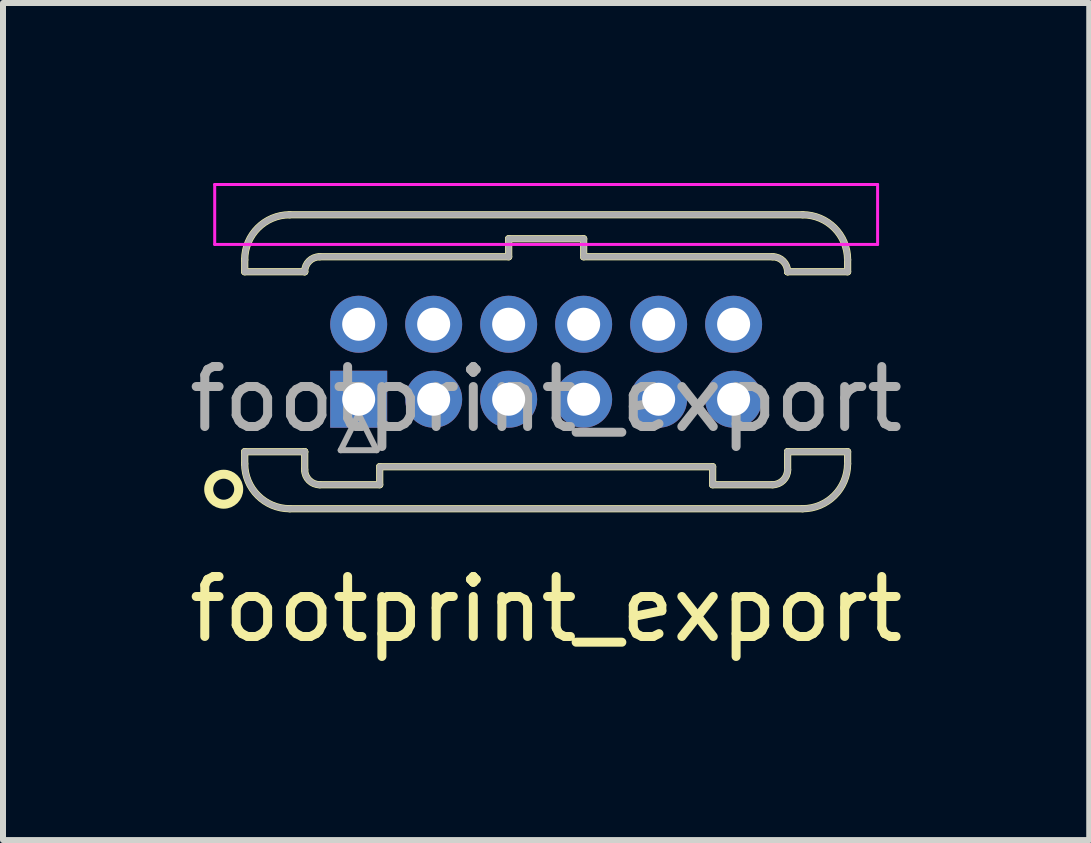
<source format=kicad_pcb>
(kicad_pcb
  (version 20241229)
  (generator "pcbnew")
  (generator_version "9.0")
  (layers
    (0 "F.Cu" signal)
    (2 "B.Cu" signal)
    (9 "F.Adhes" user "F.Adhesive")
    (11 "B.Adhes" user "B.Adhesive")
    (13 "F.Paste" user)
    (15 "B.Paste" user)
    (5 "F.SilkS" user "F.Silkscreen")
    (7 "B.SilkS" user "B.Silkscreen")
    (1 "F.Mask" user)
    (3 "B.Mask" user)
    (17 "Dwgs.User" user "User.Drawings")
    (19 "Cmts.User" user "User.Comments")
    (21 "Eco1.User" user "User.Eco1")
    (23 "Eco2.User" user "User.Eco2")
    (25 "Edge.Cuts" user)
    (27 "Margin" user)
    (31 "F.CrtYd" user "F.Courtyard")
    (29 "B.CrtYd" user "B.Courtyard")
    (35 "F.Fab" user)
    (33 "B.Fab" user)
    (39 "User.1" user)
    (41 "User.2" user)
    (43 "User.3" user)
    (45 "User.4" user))
  (footprint "footprint_export"
    (layer "F.Cu")
    (at 2.929 3.605)
    (property "Reference" "footprint_export" (at 3.125 3.5 0) (layer "F.SilkS") (effects (font (size 1 1) (thickness 0.15))))
    (attr through_hole)
    (fp_line (start -1.9 -2.325) (end -1.9 -2.125) (stroke (width 0.12) (type solid)) (layer "F.SilkS"))
    (fp_line (start -1.9 -2.125) (end -0.9 -2.125) (stroke (width 0.12) (type solid)) (layer "F.SilkS"))
    (fp_line (start -1.9 0.875) (end -0.9 0.875) (stroke (width 0.12) (type solid)) (layer "F.SilkS"))
    (fp_line (start -1.9 1.075) (end -1.9 0.875) (stroke (width 0.12) (type solid)) (layer "F.SilkS"))
    (fp_line (start -1.15 -3.075) (end 7.4 -3.075) (stroke (width 0.12) (type solid)) (layer "F.SilkS"))
    (fp_line (start -1.15 1.825) (end 7.4 1.825) (stroke (width 0.12) (type solid)) (layer "F.SilkS"))
    (fp_line (start -0.9 -2.125) (end -0.9 -2.125) (stroke (width 0.12) (type solid)) (layer "F.SilkS"))
    (fp_line (start -0.9 0.875) (end -0.9 0.875) (stroke (width 0.12) (type solid)) (layer "F.SilkS"))
    (fp_line (start -0.9 1.175) (end -0.9 0.875) (stroke (width 0.12) (type solid)) (layer "F.SilkS"))
    (fp_line (start -0.65 -2.375) (end 2.5 -2.375) (stroke (width 0.12) (type solid)) (layer "F.SilkS"))
    (fp_line (start -0.65 1.425) (end 0.35 1.425) (stroke (width 0.12) (type solid)) (layer "F.SilkS"))
    (fp_line (start 0.35 1.125) (end 5.9 1.125) (stroke (width 0.12) (type solid)) (layer "F.SilkS"))
    (fp_line (start 0.35 1.425) (end 0.35 1.125) (stroke (width 0.12) (type solid)) (layer "F.SilkS"))
    (fp_line (start 2.5 -2.675) (end 3.75 -2.675) (stroke (width 0.12) (type solid)) (layer "F.SilkS"))
    (fp_line (start 2.5 -2.375) (end 2.5 -2.675) (stroke (width 0.12) (type solid)) (layer "F.SilkS"))
    (fp_line (start 3.75 -2.675) (end 3.75 -2.375) (stroke (width 0.12) (type solid)) (layer "F.SilkS"))
    (fp_line (start 3.75 -2.375) (end 6.9 -2.375) (stroke (width 0.12) (type solid)) (layer "F.SilkS"))
    (fp_line (start 5.9 1.125) (end 5.9 1.425) (stroke (width 0.12) (type solid)) (layer "F.SilkS"))
    (fp_line (start 5.9 1.425) (end 6.9 1.425) (stroke (width 0.12) (type solid)) (layer "F.SilkS"))
    (fp_line (start 7.15 -2.125) (end 7.15 -2.125) (stroke (width 0.12) (type solid)) (layer "F.SilkS"))
    (fp_line (start 7.15 0.875) (end 7.15 0.875) (stroke (width 0.12) (type solid)) (layer "F.SilkS"))
    (fp_line (start 7.15 1.175) (end 7.15 0.875) (stroke (width 0.12) (type solid)) (layer "F.SilkS"))
    (fp_line (start 8.15 -2.325) (end 8.15 -2.125) (stroke (width 0.12) (type solid)) (layer "F.SilkS"))
    (fp_line (start 8.15 -2.125) (end 7.15 -2.125) (stroke (width 0.12) (type solid)) (layer "F.SilkS"))
    (fp_line (start 8.15 0.875) (end 7.15 0.875) (stroke (width 0.12) (type solid)) (layer "F.SilkS"))
    (fp_line (start 8.15 1.075) (end 8.15 0.875) (stroke (width 0.12) (type solid)) (layer "F.SilkS"))
    (fp_arc (start -1.9 -2.325) (mid -1.68033 -2.85533) (end -1.15 -3.075) (stroke (width 0.12) (type solid)) (layer "F.SilkS"))
    (fp_arc (start -1.15 1.825) (mid -1.68033 1.60533) (end -1.9 1.075) (stroke (width 0.12) (type solid)) (layer "F.SilkS"))
    (fp_arc (start -0.9 -2.125) (mid -0.826777 -2.301777) (end -0.65 -2.375) (stroke (width 0.12) (type solid)) (layer "F.SilkS"))
    (fp_arc (start -0.65 1.425) (mid -0.826777 1.351777) (end -0.9 1.175) (stroke (width 0.12) (type solid)) (layer "F.SilkS"))
    (fp_arc (start 6.9 -2.375) (mid 7.076777 -2.301777) (end 7.15 -2.125) (stroke (width 0.12) (type solid)) (layer "F.SilkS"))
    (fp_arc (start 7.15 1.175) (mid 7.076777 1.351777) (end 6.9 1.425) (stroke (width 0.12) (type solid)) (layer "F.SilkS"))
    (fp_arc (start 7.4 -3.075) (mid 7.93033 -2.85533) (end 8.15 -2.325) (stroke (width 0.12) (type solid)) (layer "F.SilkS"))
    (fp_arc (start 8.15 1.075) (mid 7.93033 1.60533) (end 7.4 1.825) (stroke (width 0.12) (type solid)) (layer "F.SilkS"))
    (fp_circle (center -2.25 1.5) (end -2 1.5) (stroke (width 0.15) (type solid)) (fill no) (layer "F.SilkS"))
    (fp_line (start -2.4 -3.58) (end -2.4 -2.58) (stroke (width 0.05) (type solid)) (layer "F.CrtYd"))
    (fp_line (start -2.4 -2.58) (end 8.65 -2.58) (stroke (width 0.05) (type solid)) (layer "F.CrtYd"))
    (fp_line (start 8.65 -3.58) (end -2.4 -3.58) (stroke (width 0.05) (type solid)) (layer "F.CrtYd"))
    (fp_line (start 8.65 -2.58) (end 8.65 -3.58) (stroke (width 0.05) (type solid)) (layer "F.CrtYd"))
    (fp_line (start -1.9 -2.325) (end -1.9 -2.125) (stroke (width 0.1) (type solid)) (layer "F.Fab"))
    (fp_line (start -1.9 -2.125) (end -0.9 -2.125) (stroke (width 0.1) (type solid)) (layer "F.Fab"))
    (fp_line (start -1.9 0.875) (end -0.9 0.875) (stroke (width 0.1) (type solid)) (layer "F.Fab"))
    (fp_line (start -1.9 1.075) (end -1.9 0.875) (stroke (width 0.1) (type solid)) (layer "F.Fab"))
    (fp_line (start -1.15 -3.075) (end 7.4 -3.075) (stroke (width 0.1) (type solid)) (layer "F.Fab"))
    (fp_line (start -1.15 1.825) (end 7.4 1.825) (stroke (width 0.1) (type solid)) (layer "F.Fab"))
    (fp_line (start -0.9 -2.125) (end -0.9 -2.125) (stroke (width 0.1) (type solid)) (layer "F.Fab"))
    (fp_line (start -0.9 0.875) (end -0.9 0.875) (stroke (width 0.1) (type solid)) (layer "F.Fab"))
    (fp_line (start -0.9 1.175) (end -0.9 0.875) (stroke (width 0.1) (type solid)) (layer "F.Fab"))
    (fp_line (start -0.65 -2.375) (end 2.5 -2.375) (stroke (width 0.1) (type solid)) (layer "F.Fab"))
    (fp_line (start -0.65 1.425) (end 0.35 1.425) (stroke (width 0.1) (type solid)) (layer "F.Fab"))
    (fp_line (start -0.3 0.85) (end 0.3 0.85) (stroke (width 0.1) (type solid)) (layer "F.Fab"))
    (fp_line (start 0 0.25) (end -0.3 0.85) (stroke (width 0.1) (type solid)) (layer "F.Fab"))
    (fp_line (start 0.3 0.85) (end 0 0.25) (stroke (width 0.1) (type solid)) (layer "F.Fab"))
    (fp_line (start 0.35 1.125) (end 5.9 1.125) (stroke (width 0.1) (type solid)) (layer "F.Fab"))
    (fp_line (start 0.35 1.425) (end 0.35 1.125) (stroke (width 0.1) (type solid)) (layer "F.Fab"))
    (fp_line (start 2.5 -2.675) (end 3.75 -2.675) (stroke (width 0.1) (type solid)) (layer "F.Fab"))
    (fp_line (start 2.5 -2.375) (end 2.5 -2.675) (stroke (width 0.1) (type solid)) (layer "F.Fab"))
    (fp_line (start 3.75 -2.675) (end 3.75 -2.375) (stroke (width 0.1) (type solid)) (layer "F.Fab"))
    (fp_line (start 3.75 -2.375) (end 6.9 -2.375) (stroke (width 0.1) (type solid)) (layer "F.Fab"))
    (fp_line (start 5.9 1.125) (end 5.9 1.425) (stroke (width 0.1) (type solid)) (layer "F.Fab"))
    (fp_line (start 5.9 1.425) (end 6.9 1.425) (stroke (width 0.1) (type solid)) (layer "F.Fab"))
    (fp_line (start 7.15 -2.125) (end 7.15 -2.125) (stroke (width 0.1) (type solid)) (layer "F.Fab"))
    (fp_line (start 7.15 0.875) (end 7.15 0.875) (stroke (width 0.1) (type solid)) (layer "F.Fab"))
    (fp_line (start 7.15 1.175) (end 7.15 0.875) (stroke (width 0.1) (type solid)) (layer "F.Fab"))
    (fp_line (start 8.15 -2.325) (end 8.15 -2.125) (stroke (width 0.1) (type solid)) (layer "F.Fab"))
    (fp_line (start 8.15 -2.125) (end 7.15 -2.125) (stroke (width 0.1) (type solid)) (layer "F.Fab"))
    (fp_line (start 8.15 0.875) (end 7.15 0.875) (stroke (width 0.1) (type solid)) (layer "F.Fab"))
    (fp_line (start 8.15 1.075) (end 8.15 0.875) (stroke (width 0.1) (type solid)) (layer "F.Fab"))
    (fp_arc (start -1.9 -2.325) (mid -1.68033 -2.85533) (end -1.15 -3.075) (stroke (width 0.1) (type solid)) (layer "F.Fab"))
    (fp_arc (start -1.15 1.825) (mid -1.68033 1.60533) (end -1.9 1.075) (stroke (width 0.1) (type solid)) (layer "F.Fab"))
    (fp_arc (start -0.9 -2.125) (mid -0.826777 -2.301777) (end -0.65 -2.375) (stroke (width 0.1) (type solid)) (layer "F.Fab"))
    (fp_arc (start -0.65 1.425) (mid -0.826777 1.351777) (end -0.9 1.175) (stroke (width 0.1) (type solid)) (layer "F.Fab"))
    (fp_arc (start 6.9 -2.375) (mid 7.076777 -2.301777) (end 7.15 -2.125) (stroke (width 0.1) (type solid)) (layer "F.Fab"))
    (fp_arc (start 7.15 1.175) (mid 7.076777 1.351777) (end 6.9 1.425) (stroke (width 0.1) (type solid)) (layer "F.Fab"))
    (fp_arc (start 7.4 -3.075) (mid 7.93033 -2.85533) (end 8.15 -2.325) (stroke (width 0.1) (type solid)) (layer "F.Fab"))
    (fp_arc (start 8.15 1.075) (mid 7.93033 1.60533) (end 7.4 1.825) (stroke (width 0.1) (type solid)) (layer "F.Fab"))
    (fp_text user "${REFERENCE}" (at 3.125 0 0) (layer "F.Fab") (effects (font (size 1 1) (thickness 0.15))))
    (pad "1" thru_hole rect (at 0 0) (size 0.95 0.95) (drill 0.55) (layers "*.Cu" "*.Mask"))
    (pad "2" thru_hole circle (at 0 -1.25) (size 0.95 0.95) (drill 0.55) (layers "*.Cu" "*.Mask"))
    (pad "3" thru_hole circle (at 1.25 0) (size 0.95 0.95) (drill 0.55) (layers "*.Cu" "*.Mask"))
    (pad "4" thru_hole circle (at 1.25 -1.25) (size 0.95 0.95) (drill 0.55) (layers "*.Cu" "*.Mask"))
    (pad "5" thru_hole circle (at 2.5 0) (size 0.95 0.95) (drill 0.55) (layers "*.Cu" "*.Mask"))
    (pad "6" thru_hole circle (at 2.5 -1.25) (size 0.95 0.95) (drill 0.55) (layers "*.Cu" "*.Mask"))
    (pad "7" thru_hole circle (at 3.75 0) (size 0.95 0.95) (drill 0.55) (layers "*.Cu" "*.Mask"))
    (pad "8" thru_hole circle (at 3.75 -1.25) (size 0.95 0.95) (drill 0.55) (layers "*.Cu" "*.Mask"))
    (pad "9" thru_hole circle (at 5 0) (size 0.95 0.95) (drill 0.55) (layers "*.Cu" "*.Mask"))
    (pad "10" thru_hole circle (at 5 -1.25) (size 0.95 0.95) (drill 0.55) (layers "*.Cu" "*.Mask"))
    (pad "11" thru_hole circle (at 6.25 0) (size 0.95 0.95) (drill 0.55) (layers "*.Cu" "*.Mask"))
    (pad "12" thru_hole circle (at 6.25 -1.25) (size 0.95 0.95) (drill 0.55) (layers "*.Cu" "*.Mask")))
  (gr_rect
    (start -3 -3)
    (end 15.107 10.953)
    (stroke (width 0.1) (type default))
    (fill no)
    (layer "Edge.Cuts")))
</source>
